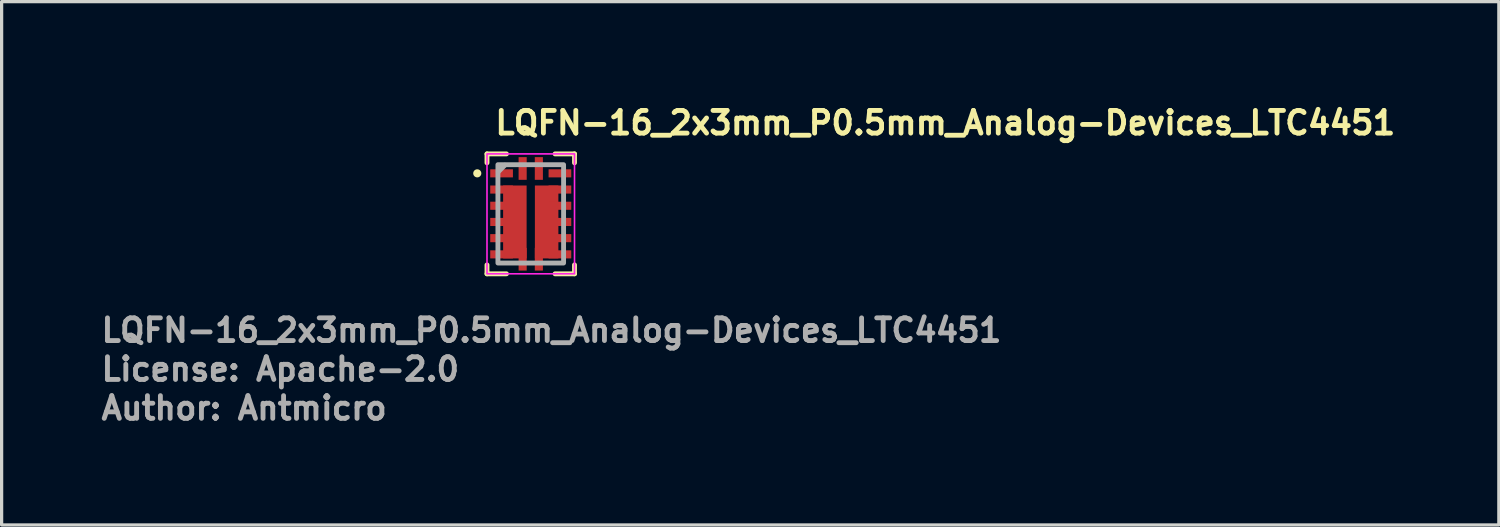
<source format=kicad_pcb>
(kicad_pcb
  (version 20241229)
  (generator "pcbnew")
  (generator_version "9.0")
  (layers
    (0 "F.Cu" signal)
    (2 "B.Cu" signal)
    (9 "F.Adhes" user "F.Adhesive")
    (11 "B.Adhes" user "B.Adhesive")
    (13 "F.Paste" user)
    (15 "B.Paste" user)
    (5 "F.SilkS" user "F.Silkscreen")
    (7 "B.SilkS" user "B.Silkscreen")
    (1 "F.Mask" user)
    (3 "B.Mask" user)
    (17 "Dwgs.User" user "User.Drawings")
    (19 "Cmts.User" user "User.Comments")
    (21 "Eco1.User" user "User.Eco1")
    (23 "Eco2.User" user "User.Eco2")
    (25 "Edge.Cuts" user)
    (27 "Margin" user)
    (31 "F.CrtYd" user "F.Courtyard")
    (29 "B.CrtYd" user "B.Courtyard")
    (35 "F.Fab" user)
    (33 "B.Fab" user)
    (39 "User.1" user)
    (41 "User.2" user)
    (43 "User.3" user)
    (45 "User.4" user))
  (footprint "LQFN-16_2x3mm_P0.5mm_Analog-Devices_LTC4451"
    (layer "F.Cu")
    (at 13.325 3.548)
    (property "Reference" "LQFN-16_2x3mm_P0.5mm_Analog-Devices_LTC4451" (at -1.175 -2.398 0) (layer "F.SilkS") (effects (font (size 0.7 0.7) (thickness 0.15)) (justify left bottom)))
    (attr smd)
    (fp_line (start -1.35 -1.85) (end -1.35 -1.575) (stroke (width 0.15) (type solid)) (layer "F.SilkS"))
    (fp_line (start -1.35 -1.85) (end -0.75 -1.85) (stroke (width 0.15) (type solid)) (layer "F.SilkS"))
    (fp_line (start -1.35 1.85) (end -1.35 1.575) (stroke (width 0.15) (type solid)) (layer "F.SilkS"))
    (fp_line (start -1.35 1.85) (end -0.75 1.85) (stroke (width 0.15) (type solid)) (layer "F.SilkS"))
    (fp_line (start 1.35 -1.85) (end 0.75 -1.85) (stroke (width 0.15) (type solid)) (layer "F.SilkS"))
    (fp_line (start 1.35 -1.85) (end 1.35 -1.575) (stroke (width 0.15) (type solid)) (layer "F.SilkS"))
    (fp_line (start 1.35 1.85) (end 0.75 1.85) (stroke (width 0.15) (type solid)) (layer "F.SilkS"))
    (fp_line (start 1.35 1.85) (end 1.35 1.575) (stroke (width 0.15) (type solid)) (layer "F.SilkS"))
    (fp_circle (center -1.65 -1.25) (end -1.6 -1.25) (stroke (width 0.15) (type solid)) (fill yes) (layer "F.SilkS"))
    (fp_rect (start -1.35 -1.85) (end 1.35 1.85) (stroke (width 0.05) (type solid)) (fill no) (layer "F.CrtYd"))
    (fp_line (start -0.8 -1.5) (end -1 -1.3) (stroke (width 0.15) (type solid)) (layer "F.Fab"))
    (fp_rect (start -1.013 -1.517) (end 1.013 1.517) (stroke (width 0.15) (type solid)) (fill no) (layer "F.Fab"))
    (fp_rect (start -1.013 -1.517) (end 1.013 1.517) (stroke (width 0.1) (type solid)) (fill no) (layer "User.5"))
    (fp_line (start -1.013 -1.375) (end -1.013 -1.121) (stroke (width 0.02) (type solid)) (layer "User.9"))
    (fp_line (start -1.013 -1.121) (end -1 -1.121) (stroke (width 0.02) (type solid)) (layer "User.9"))
    (fp_line (start -1.013 -0.872) (end -1 -0.872) (stroke (width 0.02) (type solid)) (layer "User.9"))
    (fp_line (start -1.013 -0.626) (end -1.013 -0.872) (stroke (width 0.02) (type solid)) (layer "User.9"))
    (fp_line (start -1.013 -0.378) (end -1 -0.378) (stroke (width 0.02) (type solid)) (layer "User.9"))
    (fp_line (start -1.013 -0.125) (end -1.013 -0.378) (stroke (width 0.02) (type solid)) (layer "User.9"))
    (fp_line (start -1.013 0.129) (end -1 0.129) (stroke (width 0.02) (type solid)) (layer "User.9"))
    (fp_line (start -1.013 0.377) (end -1.013 0.129) (stroke (width 0.02) (type solid)) (layer "User.9"))
    (fp_line (start -1.013 0.625) (end -1 0.625) (stroke (width 0.02) (type solid)) (layer "User.9"))
    (fp_line (start -1.013 0.873) (end -1.013 0.625) (stroke (width 0.02) (type solid)) (layer "User.9"))
    (fp_line (start -1.013 1.125) (end -1 1.125) (stroke (width 0.02) (type solid)) (layer "User.9"))
    (fp_line (start -1.013 1.371) (end -1.013 1.125) (stroke (width 0.02) (type solid)) (layer "User.9"))
    (fp_line (start -1 -1.498) (end -1 1.502) (stroke (width 0.02) (type solid)) (layer "User.9"))
    (fp_line (start -1 -1.375) (end -1.013 -1.375) (stroke (width 0.02) (type solid)) (layer "User.9"))
    (fp_line (start -1 -0.626) (end -1.013 -0.626) (stroke (width 0.02) (type solid)) (layer "User.9"))
    (fp_line (start -1 -0.125) (end -1.013 -0.125) (stroke (width 0.02) (type solid)) (layer "User.9"))
    (fp_line (start -1 0.377) (end -1.013 0.377) (stroke (width 0.02) (type solid)) (layer "User.9"))
    (fp_line (start -1 0.873) (end -1.013 0.873) (stroke (width 0.02) (type solid)) (layer "User.9"))
    (fp_line (start -1 1.371) (end -1.013 1.371) (stroke (width 0.02) (type solid)) (layer "User.9"))
    (fp_line (start -1 1.502) (end 1 1.502) (stroke (width 0.02) (type solid)) (layer "User.9"))
    (fp_line (start -0.778 -1.219) (end -0.778 -1.213) (stroke (width 0.02) (type solid)) (layer "User.9"))
    (fp_line (start -0.778 -1.213) (end -0.778 -1.213) (stroke (width 0.02) (type solid)) (layer "User.9"))
    (fp_line (start -0.778 -1.213) (end -0.778 -1.207) (stroke (width 0.02) (type solid)) (layer "User.9"))
    (fp_line (start -0.778 -1.207) (end -0.777 -1.201) (stroke (width 0.02) (type solid)) (layer "User.9"))
    (fp_line (start -0.777 -1.23) (end -0.777 -1.225) (stroke (width 0.02) (type solid)) (layer "User.9"))
    (fp_line (start -0.777 -1.225) (end -0.778 -1.219) (stroke (width 0.02) (type solid)) (layer "User.9"))
    (fp_line (start -0.777 -1.201) (end -0.777 -1.196) (stroke (width 0.02) (type solid)) (layer "User.9"))
    (fp_line (start -0.777 -1.196) (end -0.776 -1.19) (stroke (width 0.02) (type solid)) (layer "User.9"))
    (fp_line (start -0.776 -1.236) (end -0.777 -1.23) (stroke (width 0.02) (type solid)) (layer "User.9"))
    (fp_line (start -0.776 -1.19) (end -0.774 -1.185) (stroke (width 0.02) (type solid)) (layer "User.9"))
    (fp_line (start -0.774 -1.242) (end -0.776 -1.236) (stroke (width 0.02) (type solid)) (layer "User.9"))
    (fp_line (start -0.774 -1.185) (end -0.773 -1.179) (stroke (width 0.02) (type solid)) (layer "User.9"))
    (fp_line (start -0.773 -1.247) (end -0.774 -1.242) (stroke (width 0.02) (type solid)) (layer "User.9"))
    (fp_line (start -0.773 -1.179) (end -0.771 -1.174) (stroke (width 0.02) (type solid)) (layer "User.9"))
    (fp_line (start -0.771 -1.252) (end -0.773 -1.247) (stroke (width 0.02) (type solid)) (layer "User.9"))
    (fp_line (start -0.771 -1.174) (end -0.769 -1.169) (stroke (width 0.02) (type solid)) (layer "User.9"))
    (fp_line (start -0.769 -1.258) (end -0.771 -1.252) (stroke (width 0.02) (type solid)) (layer "User.9"))
    (fp_line (start -0.769 -1.169) (end -0.767 -1.164) (stroke (width 0.02) (type solid)) (layer "User.9"))
    (fp_line (start -0.767 -1.263) (end -0.769 -1.258) (stroke (width 0.02) (type solid)) (layer "User.9"))
    (fp_line (start -0.767 -1.164) (end -0.764 -1.159) (stroke (width 0.02) (type solid)) (layer "User.9"))
    (fp_line (start -0.764 -1.268) (end -0.767 -1.263) (stroke (width 0.02) (type solid)) (layer "User.9"))
    (fp_line (start -0.764 -1.159) (end -0.761 -1.154) (stroke (width 0.02) (type solid)) (layer "User.9"))
    (fp_line (start -0.761 -1.272) (end -0.764 -1.268) (stroke (width 0.02) (type solid)) (layer "User.9"))
    (fp_line (start -0.761 -1.154) (end -0.758 -1.149) (stroke (width 0.02) (type solid)) (layer "User.9"))
    (fp_line (start -0.758 -1.277) (end -0.761 -1.272) (stroke (width 0.02) (type solid)) (layer "User.9"))
    (fp_line (start -0.758 -1.149) (end -0.755 -1.145) (stroke (width 0.02) (type solid)) (layer "User.9"))
    (fp_line (start -0.755 -1.281) (end -0.758 -1.277) (stroke (width 0.02) (type solid)) (layer "User.9"))
    (fp_line (start -0.755 -1.145) (end -0.752 -1.14) (stroke (width 0.02) (type solid)) (layer "User.9"))
    (fp_line (start -0.752 -1.286) (end -0.755 -1.281) (stroke (width 0.02) (type solid)) (layer "User.9"))
    (fp_line (start -0.752 -1.14) (end -0.748 -1.136) (stroke (width 0.02) (type solid)) (layer "User.9"))
    (fp_line (start -0.748 -1.29) (end -0.752 -1.286) (stroke (width 0.02) (type solid)) (layer "User.9"))
    (fp_line (start -0.748 -1.136) (end -0.744 -1.132) (stroke (width 0.02) (type solid)) (layer "User.9"))
    (fp_line (start -0.744 -1.294) (end -0.748 -1.29) (stroke (width 0.02) (type solid)) (layer "User.9"))
    (fp_line (start -0.744 -1.132) (end -0.74 -1.129) (stroke (width 0.02) (type solid)) (layer "User.9"))
    (fp_line (start -0.74 -1.298) (end -0.744 -1.294) (stroke (width 0.02) (type solid)) (layer "User.9"))
    (fp_line (start -0.74 -1.129) (end -0.736 -1.125) (stroke (width 0.02) (type solid)) (layer "User.9"))
    (fp_line (start -0.736 -1.301) (end -0.74 -1.298) (stroke (width 0.02) (type solid)) (layer "User.9"))
    (fp_line (start -0.736 -1.125) (end -0.732 -1.122) (stroke (width 0.02) (type solid)) (layer "User.9"))
    (fp_line (start -0.732 -1.305) (end -0.736 -1.301) (stroke (width 0.02) (type solid)) (layer "User.9"))
    (fp_line (start -0.732 -1.122) (end -0.728 -1.118) (stroke (width 0.02) (type solid)) (layer "User.9"))
    (fp_line (start -0.728 -1.308) (end -0.732 -1.305) (stroke (width 0.02) (type solid)) (layer "User.9"))
    (fp_line (start -0.728 -1.118) (end -0.723 -1.115) (stroke (width 0.02) (type solid)) (layer "User.9"))
    (fp_line (start -0.723 -1.311) (end -0.728 -1.308) (stroke (width 0.02) (type solid)) (layer "User.9"))
    (fp_line (start -0.723 -1.115) (end -0.718 -1.113) (stroke (width 0.02) (type solid)) (layer "User.9"))
    (fp_line (start -0.718 -1.314) (end -0.723 -1.311) (stroke (width 0.02) (type solid)) (layer "User.9"))
    (fp_line (start -0.718 -1.113) (end -0.713 -1.11) (stroke (width 0.02) (type solid)) (layer "User.9"))
    (fp_line (start -0.713 -1.316) (end -0.718 -1.314) (stroke (width 0.02) (type solid)) (layer "User.9"))
    (fp_line (start -0.713 -1.11) (end -0.708 -1.108) (stroke (width 0.02) (type solid)) (layer "User.9"))
    (fp_line (start -0.708 -1.318) (end -0.713 -1.316) (stroke (width 0.02) (type solid)) (layer "User.9"))
    (fp_line (start -0.708 -1.108) (end -0.703 -1.106) (stroke (width 0.02) (type solid)) (layer "User.9"))
    (fp_line (start -0.703 -1.32) (end -0.708 -1.318) (stroke (width 0.02) (type solid)) (layer "User.9"))
    (fp_line (start -0.703 -1.106) (end -0.698 -1.104) (stroke (width 0.02) (type solid)) (layer "User.9"))
    (fp_line (start -0.698 -1.322) (end -0.703 -1.32) (stroke (width 0.02) (type solid)) (layer "User.9"))
    (fp_line (start -0.698 -1.104) (end -0.692 -1.102) (stroke (width 0.02) (type solid)) (layer "User.9"))
    (fp_line (start -0.692 -1.324) (end -0.698 -1.322) (stroke (width 0.02) (type solid)) (layer "User.9"))
    (fp_line (start -0.692 -1.102) (end -0.687 -1.101) (stroke (width 0.02) (type solid)) (layer "User.9"))
    (fp_line (start -0.687 -1.325) (end -0.692 -1.324) (stroke (width 0.02) (type solid)) (layer "User.9"))
    (fp_line (start -0.687 -1.101) (end -0.681 -1.1) (stroke (width 0.02) (type solid)) (layer "User.9"))
    (fp_line (start -0.681 -1.326) (end -0.687 -1.325) (stroke (width 0.02) (type solid)) (layer "User.9"))
    (fp_line (start -0.681 -1.1) (end -0.675 -1.099) (stroke (width 0.02) (type solid)) (layer "User.9"))
    (fp_line (start -0.675 -1.327) (end -0.681 -1.326) (stroke (width 0.02) (type solid)) (layer "User.9"))
    (fp_line (start -0.675 -1.099) (end -0.67 -1.099) (stroke (width 0.02) (type solid)) (layer "User.9"))
    (fp_line (start -0.67 -1.327) (end -0.675 -1.327) (stroke (width 0.02) (type solid)) (layer "User.9"))
    (fp_line (start -0.67 -1.099) (end -0.664 -1.099) (stroke (width 0.02) (type solid)) (layer "User.9"))
    (fp_line (start -0.664 -1.327) (end -0.67 -1.327) (stroke (width 0.02) (type solid)) (layer "User.9"))
    (fp_line (start -0.664 -1.327) (end -0.664 -1.327) (stroke (width 0.02) (type solid)) (layer "User.9"))
    (fp_line (start -0.664 -1.099) (end -0.664 -1.099) (stroke (width 0.02) (type solid)) (layer "User.9"))
    (fp_line (start -0.664 -1.099) (end -0.658 -1.099) (stroke (width 0.02) (type solid)) (layer "User.9"))
    (fp_line (start -0.658 -1.327) (end -0.664 -1.327) (stroke (width 0.02) (type solid)) (layer "User.9"))
    (fp_line (start -0.658 -1.099) (end -0.652 -1.099) (stroke (width 0.02) (type solid)) (layer "User.9"))
    (fp_line (start -0.652 -1.327) (end -0.658 -1.327) (stroke (width 0.02) (type solid)) (layer "User.9"))
    (fp_line (start -0.652 -1.099) (end -0.646 -1.1) (stroke (width 0.02) (type solid)) (layer "User.9"))
    (fp_line (start -0.646 -1.326) (end -0.652 -1.327) (stroke (width 0.02) (type solid)) (layer "User.9"))
    (fp_line (start -0.646 -1.1) (end -0.641 -1.101) (stroke (width 0.02) (type solid)) (layer "User.9"))
    (fp_line (start -0.641 -1.325) (end -0.646 -1.326) (stroke (width 0.02) (type solid)) (layer "User.9"))
    (fp_line (start -0.641 -1.101) (end -0.635 -1.102) (stroke (width 0.02) (type solid)) (layer "User.9"))
    (fp_line (start -0.635 -1.324) (end -0.641 -1.325) (stroke (width 0.02) (type solid)) (layer "User.9"))
    (fp_line (start -0.635 -1.102) (end -0.63 -1.104) (stroke (width 0.02) (type solid)) (layer "User.9"))
    (fp_line (start -0.63 -1.322) (end -0.635 -1.324) (stroke (width 0.02) (type solid)) (layer "User.9"))
    (fp_line (start -0.63 -1.104) (end -0.624 -1.106) (stroke (width 0.02) (type solid)) (layer "User.9"))
    (fp_line (start -0.624 -1.32) (end -0.63 -1.322) (stroke (width 0.02) (type solid)) (layer "User.9"))
    (fp_line (start -0.624 -1.106) (end -0.619 -1.108) (stroke (width 0.02) (type solid)) (layer "User.9"))
    (fp_line (start -0.619 -1.318) (end -0.624 -1.32) (stroke (width 0.02) (type solid)) (layer "User.9"))
    (fp_line (start -0.619 -1.108) (end -0.614 -1.11) (stroke (width 0.02) (type solid)) (layer "User.9"))
    (fp_line (start -0.614 -1.316) (end -0.619 -1.318) (stroke (width 0.02) (type solid)) (layer "User.9"))
    (fp_line (start -0.614 -1.11) (end -0.609 -1.113) (stroke (width 0.02) (type solid)) (layer "User.9"))
    (fp_line (start -0.609 -1.314) (end -0.614 -1.316) (stroke (width 0.02) (type solid)) (layer "User.9"))
    (fp_line (start -0.609 -1.113) (end -0.604 -1.115) (stroke (width 0.02) (type solid)) (layer "User.9"))
    (fp_line (start -0.604 -1.311) (end -0.609 -1.314) (stroke (width 0.02) (type solid)) (layer "User.9"))
    (fp_line (start -0.604 -1.115) (end -0.6 -1.118) (stroke (width 0.02) (type solid)) (layer "User.9"))
    (fp_line (start -0.6 -1.308) (end -0.604 -1.311) (stroke (width 0.02) (type solid)) (layer "User.9"))
    (fp_line (start -0.6 -1.118) (end -0.595 -1.122) (stroke (width 0.02) (type solid)) (layer "User.9"))
    (fp_line (start -0.595 -1.305) (end -0.6 -1.308) (stroke (width 0.02) (type solid)) (layer "User.9"))
    (fp_line (start -0.595 -1.122) (end -0.591 -1.125) (stroke (width 0.02) (type solid)) (layer "User.9"))
    (fp_line (start -0.591 -1.301) (end -0.595 -1.305) (stroke (width 0.02) (type solid)) (layer "User.9"))
    (fp_line (start -0.591 -1.125) (end -0.587 -1.129) (stroke (width 0.02) (type solid)) (layer "User.9"))
    (fp_line (start -0.587 -1.298) (end -0.591 -1.301) (stroke (width 0.02) (type solid)) (layer "User.9"))
    (fp_line (start -0.587 -1.129) (end -0.583 -1.132) (stroke (width 0.02) (type solid)) (layer "User.9"))
    (fp_line (start -0.583 -1.294) (end -0.587 -1.298) (stroke (width 0.02) (type solid)) (layer "User.9"))
    (fp_line (start -0.583 -1.132) (end -0.579 -1.136) (stroke (width 0.02) (type solid)) (layer "User.9"))
    (fp_line (start -0.579 -1.29) (end -0.583 -1.294) (stroke (width 0.02) (type solid)) (layer "User.9"))
    (fp_line (start -0.579 -1.136) (end -0.575 -1.14) (stroke (width 0.02) (type solid)) (layer "User.9"))
    (fp_line (start -0.575 -1.286) (end -0.579 -1.29) (stroke (width 0.02) (type solid)) (layer "User.9"))
    (fp_line (start -0.575 -1.14) (end -0.572 -1.145) (stroke (width 0.02) (type solid)) (layer "User.9"))
    (fp_line (start -0.572 -1.281) (end -0.575 -1.286) (stroke (width 0.02) (type solid)) (layer "User.9"))
    (fp_line (start -0.572 -1.145) (end -0.569 -1.149) (stroke (width 0.02) (type solid)) (layer "User.9"))
    (fp_line (start -0.569 -1.277) (end -0.572 -1.281) (stroke (width 0.02) (type solid)) (layer "User.9"))
    (fp_line (start -0.569 -1.149) (end -0.566 -1.154) (stroke (width 0.02) (type solid)) (layer "User.9"))
    (fp_line (start -0.566 -1.272) (end -0.569 -1.277) (stroke (width 0.02) (type solid)) (layer "User.9"))
    (fp_line (start -0.566 -1.154) (end -0.563 -1.159) (stroke (width 0.02) (type solid)) (layer "User.9"))
    (fp_line (start -0.563 -1.268) (end -0.566 -1.272) (stroke (width 0.02) (type solid)) (layer "User.9"))
    (fp_line (start -0.563 -1.159) (end -0.561 -1.164) (stroke (width 0.02) (type solid)) (layer "User.9"))
    (fp_line (start -0.561 -1.263) (end -0.563 -1.268) (stroke (width 0.02) (type solid)) (layer "User.9"))
    (fp_line (start -0.561 -1.164) (end -0.558 -1.169) (stroke (width 0.02) (type solid)) (layer "User.9"))
    (fp_line (start -0.558 -1.258) (end -0.561 -1.263) (stroke (width 0.02) (type solid)) (layer "User.9"))
    (fp_line (start -0.558 -1.169) (end -0.556 -1.174) (stroke (width 0.02) (type solid)) (layer "User.9"))
    (fp_line (start -0.556 -1.252) (end -0.558 -1.258) (stroke (width 0.02) (type solid)) (layer "User.9"))
    (fp_line (start -0.556 -1.174) (end -0.555 -1.179) (stroke (width 0.02) (type solid)) (layer "User.9"))
    (fp_line (start -0.555 -1.247) (end -0.556 -1.252) (stroke (width 0.02) (type solid)) (layer "User.9"))
    (fp_line (start -0.555 -1.179) (end -0.553 -1.185) (stroke (width 0.02) (type solid)) (layer "User.9"))
    (fp_line (start -0.553 -1.242) (end -0.555 -1.247) (stroke (width 0.02) (type solid)) (layer "User.9"))
    (fp_line (start -0.553 -1.185) (end -0.552 -1.19) (stroke (width 0.02) (type solid)) (layer "User.9"))
    (fp_line (start -0.552 -1.236) (end -0.553 -1.242) (stroke (width 0.02) (type solid)) (layer "User.9"))
    (fp_line (start -0.552 -1.19) (end -0.551 -1.196) (stroke (width 0.02) (type solid)) (layer "User.9"))
    (fp_line (start -0.551 -1.23) (end -0.552 -1.236) (stroke (width 0.02) (type solid)) (layer "User.9"))
    (fp_line (start -0.551 -1.196) (end -0.55 -1.201) (stroke (width 0.02) (type solid)) (layer "User.9"))
    (fp_line (start -0.55 -1.225) (end -0.551 -1.23) (stroke (width 0.02) (type solid)) (layer "User.9"))
    (fp_line (start -0.55 -1.219) (end -0.55 -1.225) (stroke (width 0.02) (type solid)) (layer "User.9"))
    (fp_line (start -0.55 -1.207) (end -0.549 -1.213) (stroke (width 0.02) (type solid)) (layer "User.9"))
    (fp_line (start -0.55 -1.201) (end -0.55 -1.207) (stroke (width 0.02) (type solid)) (layer "User.9"))
    (fp_line (start -0.549 -1.213) (end -0.55 -1.219) (stroke (width 0.02) (type solid)) (layer "User.9"))
    (fp_line (start -0.549 -1.213) (end -0.549 -1.213) (stroke (width 0.02) (type solid)) (layer "User.9"))
    (fp_line (start -0.549 -1.213) (end -0.549 -1.213) (stroke (width 0.02) (type solid)) (layer "User.9"))
    (fp_line (start -0.375 1.518) (end -0.375 1.502) (stroke (width 0.02) (type solid)) (layer "User.9"))
    (fp_line (start -0.371 -1.517) (end -0.371 -1.498) (stroke (width 0.02) (type solid)) (layer "User.9"))
    (fp_line (start -0.123 1.502) (end -0.123 1.518) (stroke (width 0.02) (type solid)) (layer "User.9"))
    (fp_line (start -0.123 1.518) (end -0.375 1.518) (stroke (width 0.02) (type solid)) (layer "User.9"))
    (fp_line (start -0.119 -1.517) (end -0.371 -1.517) (stroke (width 0.02) (type solid)) (layer "User.9"))
    (fp_line (start -0.119 -1.498) (end -0.119 -1.517) (stroke (width 0.02) (type solid)) (layer "User.9"))
    (fp_line (start 0.119 -1.517) (end 0.371 -1.517) (stroke (width 0.02) (type solid)) (layer "User.9"))
    (fp_line (start 0.119 -1.498) (end 0.119 -1.517) (stroke (width 0.02) (type solid)) (layer "User.9"))
    (fp_line (start 0.123 1.502) (end 0.123 1.518) (stroke (width 0.02) (type solid)) (layer "User.9"))
    (fp_line (start 0.123 1.518) (end 0.375 1.518) (stroke (width 0.02) (type solid)) (layer "User.9"))
    (fp_line (start 0.371 -1.517) (end 0.371 -1.498) (stroke (width 0.02) (type solid)) (layer "User.9"))
    (fp_line (start 0.375 1.518) (end 0.375 1.502) (stroke (width 0.02) (type solid)) (layer "User.9"))
    (fp_line (start 1 -1.498) (end -1 -1.498) (stroke (width 0.02) (type solid)) (layer "User.9"))
    (fp_line (start 1 -1.375) (end 1.013 -1.375) (stroke (width 0.02) (type solid)) (layer "User.9"))
    (fp_line (start 1 -0.626) (end 1.013 -0.626) (stroke (width 0.02) (type solid)) (layer "User.9"))
    (fp_line (start 1 -0.125) (end 1.013 -0.125) (stroke (width 0.02) (type solid)) (layer "User.9"))
    (fp_line (start 1 0.377) (end 1.013 0.377) (stroke (width 0.02) (type solid)) (layer "User.9"))
    (fp_line (start 1 0.873) (end 1.013 0.873) (stroke (width 0.02) (type solid)) (layer "User.9"))
    (fp_line (start 1 1.371) (end 1.013 1.371) (stroke (width 0.02) (type solid)) (layer "User.9"))
    (fp_line (start 1 1.502) (end 1 -1.498) (stroke (width 0.02) (type solid)) (layer "User.9"))
    (fp_line (start 1.013 -1.375) (end 1.013 -1.121) (stroke (width 0.02) (type solid)) (layer "User.9"))
    (fp_line (start 1.013 -1.121) (end 1 -1.121) (stroke (width 0.02) (type solid)) (layer "User.9"))
    (fp_line (start 1.013 -0.872) (end 1 -0.872) (stroke (width 0.02) (type solid)) (layer "User.9"))
    (fp_line (start 1.013 -0.626) (end 1.013 -0.872) (stroke (width 0.02) (type solid)) (layer "User.9"))
    (fp_line (start 1.013 -0.378) (end 1 -0.378) (stroke (width 0.02) (type solid)) (layer "User.9"))
    (fp_line (start 1.013 -0.125) (end 1.013 -0.378) (stroke (width 0.02) (type solid)) (layer "User.9"))
    (fp_line (start 1.013 0.129) (end 1 0.129) (stroke (width 0.02) (type solid)) (layer "User.9"))
    (fp_line (start 1.013 0.377) (end 1.013 0.129) (stroke (width 0.02) (type solid)) (layer "User.9"))
    (fp_line (start 1.013 0.625) (end 1 0.625) (stroke (width 0.02) (type solid)) (layer "User.9"))
    (fp_line (start 1.013 0.873) (end 1.013 0.625) (stroke (width 0.02) (type solid)) (layer "User.9"))
    (fp_line (start 1.013 1.125) (end 1 1.125) (stroke (width 0.02) (type solid)) (layer "User.9"))
    (fp_line (start 1.013 1.371) (end 1.013 1.125) (stroke (width 0.02) (type solid)) (layer "User.9"))
    (fp_text user "Author: Antmicro" (at -13.325 6.402 0) (layer "F.Fab") (effects (font (size 0.7 0.7) (thickness 0.15)) (justify left bottom)))
    (fp_text user "${REFERENCE}" (at -13.325 4.002 0) (layer "F.Fab") (effects (font (size 0.7 0.7) (thickness 0.15)) (justify left bottom)))
    (fp_text user "License: Apache-2.0" (at -13.325 5.202 0) (layer "F.Fab") (effects (font (size 0.7 0.7) (thickness 0.15)) (justify left bottom)))
    (pad "1" smd rect (at -0.9 -1.25) (size 0.7 0.25) (layers "F.Cu" "F.Mask" "F.Paste"))
    (pad "2" smd rect (at -0.9 -0.75) (size 0.7 0.25) (layers "F.Cu" "F.Mask" "F.Paste"))
    (pad "3" smd rect (at -0.9 -0.25) (size 0.7 0.25) (layers "F.Cu" "F.Mask" "F.Paste"))
    (pad "4" smd rect (at -0.9 0.25) (size 0.7 0.25) (layers "F.Cu" "F.Mask" "F.Paste"))
    (pad "5" smd rect (at -0.9 0.75) (size 0.7 0.25) (layers "F.Cu" "F.Mask" "F.Paste"))
    (pad "6" smd rect (at -0.9 1.25) (size 0.7 0.25) (layers "F.Cu" "F.Mask" "F.Paste"))
    (pad "7" smd rect (at -0.49 0.25) (size 0.725 2.25) (layers "F.Cu" "F.Mask" "F.Paste"))
    (pad "7" smd rect (at -0.25 1.4) (size 0.25 0.7) (layers "F.Cu" "F.Mask" "F.Paste"))
    (pad "8" smd rect (at 0.25 1.4) (size 0.25 0.7) (layers "F.Cu" "F.Mask" "F.Paste"))
    (pad "8" smd rect (at 0.49 0.25) (size 0.725 2.25) (layers "F.Cu" "F.Mask" "F.Paste"))
    (pad "9" smd rect (at 0.9 1.25) (size 0.7 0.25) (layers "F.Cu" "F.Mask" "F.Paste"))
    (pad "10" smd rect (at 0.9 0.75) (size 0.7 0.25) (layers "F.Cu" "F.Mask" "F.Paste"))
    (pad "11" smd rect (at 0.9 0.25) (size 0.7 0.25) (layers "F.Cu" "F.Mask" "F.Paste"))
    (pad "12" smd rect (at 0.9 -0.25) (size 0.7 0.25) (layers "F.Cu" "F.Mask" "F.Paste"))
    (pad "13" smd rect (at 0.9 -0.75) (size 0.7 0.25) (layers "F.Cu" "F.Mask" "F.Paste"))
    (pad "14" smd rect (at 0.9 -1.25) (size 0.7 0.25) (layers "F.Cu" "F.Mask" "F.Paste"))
    (pad "15" smd rect (at 0.25 -1.4) (size 0.25 0.7) (layers "F.Cu" "F.Mask" "F.Paste"))
    (pad "16" smd rect (at -0.25 -1.4) (size 0.25 0.7) (layers "F.Cu" "F.Mask" "F.Paste")))
  (gr_rect
    (start -3 -3)
    (end 43.193 13.146)
    (stroke (width 0.1) (type default))
    (fill no)
    (layer "Edge.Cuts")))
</source>
